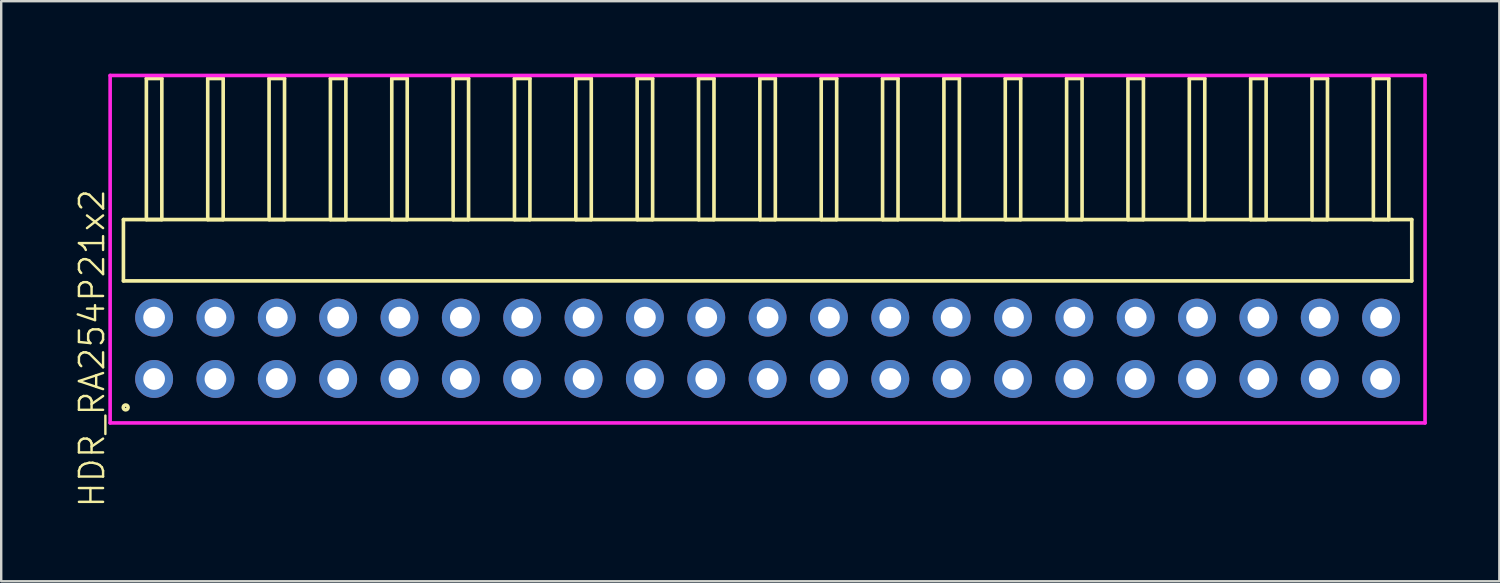
<source format=kicad_pcb>
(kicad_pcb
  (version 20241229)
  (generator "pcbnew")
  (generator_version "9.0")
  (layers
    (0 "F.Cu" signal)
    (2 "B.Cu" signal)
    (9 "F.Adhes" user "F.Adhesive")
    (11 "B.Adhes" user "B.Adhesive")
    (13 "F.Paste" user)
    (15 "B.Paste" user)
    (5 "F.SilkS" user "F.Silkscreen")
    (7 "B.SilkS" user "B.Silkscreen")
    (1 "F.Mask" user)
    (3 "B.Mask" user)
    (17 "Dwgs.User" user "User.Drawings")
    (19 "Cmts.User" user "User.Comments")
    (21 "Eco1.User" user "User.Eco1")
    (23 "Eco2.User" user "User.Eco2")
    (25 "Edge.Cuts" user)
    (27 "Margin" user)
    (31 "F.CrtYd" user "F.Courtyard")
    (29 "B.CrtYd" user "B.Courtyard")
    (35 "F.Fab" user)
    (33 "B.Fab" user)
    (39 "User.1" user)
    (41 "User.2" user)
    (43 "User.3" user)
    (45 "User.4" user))
  (footprint "HDR_RA254P21x2"
    (layer "F.Cu")
    (at 28.73 11.37)
    (property "Reference" "HDR_RA254P21x2" (at -27.97 0 90) (layer "F.SilkS") (effects (font (size 1 1) (thickness 0.1))))
    (attr through_hole)
    (fp_line (start -26.67 -5.33) (end -26.67 -2.79) (stroke (width 0.15) (type solid)) (layer "F.SilkS"))
    (fp_line (start -26.67 -2.79) (end 26.67 -2.79) (stroke (width 0.15) (type solid)) (layer "F.SilkS"))
    (fp_line (start -25.72 -11.17) (end -25.72 -5.33) (stroke (width 0.15) (type solid)) (layer "F.SilkS"))
    (fp_line (start -25.72 -5.33) (end -25.08 -5.33) (stroke (width 0.15) (type solid)) (layer "F.SilkS"))
    (fp_line (start -25.08 -11.17) (end -25.72 -11.17) (stroke (width 0.15) (type solid)) (layer "F.SilkS"))
    (fp_line (start -25.08 -5.33) (end -25.08 -11.17) (stroke (width 0.15) (type solid)) (layer "F.SilkS"))
    (fp_line (start -23.18 -11.17) (end -23.18 -5.33) (stroke (width 0.15) (type solid)) (layer "F.SilkS"))
    (fp_line (start -23.18 -5.33) (end -22.54 -5.33) (stroke (width 0.15) (type solid)) (layer "F.SilkS"))
    (fp_line (start -22.54 -11.17) (end -23.18 -11.17) (stroke (width 0.15) (type solid)) (layer "F.SilkS"))
    (fp_line (start -22.54 -5.33) (end -22.54 -11.17) (stroke (width 0.15) (type solid)) (layer "F.SilkS"))
    (fp_line (start -20.64 -11.17) (end -20.64 -5.33) (stroke (width 0.15) (type solid)) (layer "F.SilkS"))
    (fp_line (start -20.64 -5.33) (end -20 -5.33) (stroke (width 0.15) (type solid)) (layer "F.SilkS"))
    (fp_line (start -20 -11.17) (end -20.64 -11.17) (stroke (width 0.15) (type solid)) (layer "F.SilkS"))
    (fp_line (start -20 -5.33) (end -20 -11.17) (stroke (width 0.15) (type solid)) (layer "F.SilkS"))
    (fp_line (start -18.1 -11.17) (end -18.1 -5.33) (stroke (width 0.15) (type solid)) (layer "F.SilkS"))
    (fp_line (start -18.1 -5.33) (end -17.46 -5.33) (stroke (width 0.15) (type solid)) (layer "F.SilkS"))
    (fp_line (start -17.46 -11.17) (end -18.1 -11.17) (stroke (width 0.15) (type solid)) (layer "F.SilkS"))
    (fp_line (start -17.46 -5.33) (end -17.46 -11.17) (stroke (width 0.15) (type solid)) (layer "F.SilkS"))
    (fp_line (start -15.56 -11.17) (end -15.56 -5.33) (stroke (width 0.15) (type solid)) (layer "F.SilkS"))
    (fp_line (start -15.56 -5.33) (end -14.92 -5.33) (stroke (width 0.15) (type solid)) (layer "F.SilkS"))
    (fp_line (start -14.92 -11.17) (end -15.56 -11.17) (stroke (width 0.15) (type solid)) (layer "F.SilkS"))
    (fp_line (start -14.92 -5.33) (end -14.92 -11.17) (stroke (width 0.15) (type solid)) (layer "F.SilkS"))
    (fp_line (start -13.02 -11.17) (end -13.02 -5.33) (stroke (width 0.15) (type solid)) (layer "F.SilkS"))
    (fp_line (start -13.02 -5.33) (end -12.38 -5.33) (stroke (width 0.15) (type solid)) (layer "F.SilkS"))
    (fp_line (start -12.38 -11.17) (end -13.02 -11.17) (stroke (width 0.15) (type solid)) (layer "F.SilkS"))
    (fp_line (start -12.38 -5.33) (end -12.38 -11.17) (stroke (width 0.15) (type solid)) (layer "F.SilkS"))
    (fp_line (start -10.48 -11.17) (end -10.48 -5.33) (stroke (width 0.15) (type solid)) (layer "F.SilkS"))
    (fp_line (start -10.48 -5.33) (end -9.84 -5.33) (stroke (width 0.15) (type solid)) (layer "F.SilkS"))
    (fp_line (start -9.84 -11.17) (end -10.48 -11.17) (stroke (width 0.15) (type solid)) (layer "F.SilkS"))
    (fp_line (start -9.84 -5.33) (end -9.84 -11.17) (stroke (width 0.15) (type solid)) (layer "F.SilkS"))
    (fp_line (start -7.94 -11.17) (end -7.94 -5.33) (stroke (width 0.15) (type solid)) (layer "F.SilkS"))
    (fp_line (start -7.94 -5.33) (end -7.3 -5.33) (stroke (width 0.15) (type solid)) (layer "F.SilkS"))
    (fp_line (start -7.3 -11.17) (end -7.94 -11.17) (stroke (width 0.15) (type solid)) (layer "F.SilkS"))
    (fp_line (start -7.3 -5.33) (end -7.3 -11.17) (stroke (width 0.15) (type solid)) (layer "F.SilkS"))
    (fp_line (start -5.4 -11.17) (end -5.4 -5.33) (stroke (width 0.15) (type solid)) (layer "F.SilkS"))
    (fp_line (start -5.4 -5.33) (end -4.76 -5.33) (stroke (width 0.15) (type solid)) (layer "F.SilkS"))
    (fp_line (start -4.76 -11.17) (end -5.4 -11.17) (stroke (width 0.15) (type solid)) (layer "F.SilkS"))
    (fp_line (start -4.76 -5.33) (end -4.76 -11.17) (stroke (width 0.15) (type solid)) (layer "F.SilkS"))
    (fp_line (start -2.86 -11.17) (end -2.86 -5.33) (stroke (width 0.15) (type solid)) (layer "F.SilkS"))
    (fp_line (start -2.86 -5.33) (end -2.22 -5.33) (stroke (width 0.15) (type solid)) (layer "F.SilkS"))
    (fp_line (start -2.22 -11.17) (end -2.86 -11.17) (stroke (width 0.15) (type solid)) (layer "F.SilkS"))
    (fp_line (start -2.22 -5.33) (end -2.22 -11.17) (stroke (width 0.15) (type solid)) (layer "F.SilkS"))
    (fp_line (start -0.32 -11.17) (end -0.32 -5.33) (stroke (width 0.15) (type solid)) (layer "F.SilkS"))
    (fp_line (start -0.32 -5.33) (end 0.32 -5.33) (stroke (width 0.15) (type solid)) (layer "F.SilkS"))
    (fp_line (start 0.32 -11.17) (end -0.32 -11.17) (stroke (width 0.15) (type solid)) (layer "F.SilkS"))
    (fp_line (start 0.32 -5.33) (end 0.32 -11.17) (stroke (width 0.15) (type solid)) (layer "F.SilkS"))
    (fp_line (start 2.22 -11.17) (end 2.22 -5.33) (stroke (width 0.15) (type solid)) (layer "F.SilkS"))
    (fp_line (start 2.22 -5.33) (end 2.86 -5.33) (stroke (width 0.15) (type solid)) (layer "F.SilkS"))
    (fp_line (start 2.86 -11.17) (end 2.22 -11.17) (stroke (width 0.15) (type solid)) (layer "F.SilkS"))
    (fp_line (start 2.86 -5.33) (end 2.86 -11.17) (stroke (width 0.15) (type solid)) (layer "F.SilkS"))
    (fp_line (start 4.76 -11.17) (end 4.76 -5.33) (stroke (width 0.15) (type solid)) (layer "F.SilkS"))
    (fp_line (start 4.76 -5.33) (end 5.4 -5.33) (stroke (width 0.15) (type solid)) (layer "F.SilkS"))
    (fp_line (start 5.4 -11.17) (end 4.76 -11.17) (stroke (width 0.15) (type solid)) (layer "F.SilkS"))
    (fp_line (start 5.4 -5.33) (end 5.4 -11.17) (stroke (width 0.15) (type solid)) (layer "F.SilkS"))
    (fp_line (start 7.3 -11.17) (end 7.3 -5.33) (stroke (width 0.15) (type solid)) (layer "F.SilkS"))
    (fp_line (start 7.3 -5.33) (end 7.94 -5.33) (stroke (width 0.15) (type solid)) (layer "F.SilkS"))
    (fp_line (start 7.94 -11.17) (end 7.3 -11.17) (stroke (width 0.15) (type solid)) (layer "F.SilkS"))
    (fp_line (start 7.94 -5.33) (end 7.94 -11.17) (stroke (width 0.15) (type solid)) (layer "F.SilkS"))
    (fp_line (start 9.84 -11.17) (end 9.84 -5.33) (stroke (width 0.15) (type solid)) (layer "F.SilkS"))
    (fp_line (start 9.84 -5.33) (end 10.48 -5.33) (stroke (width 0.15) (type solid)) (layer "F.SilkS"))
    (fp_line (start 10.48 -11.17) (end 9.84 -11.17) (stroke (width 0.15) (type solid)) (layer "F.SilkS"))
    (fp_line (start 10.48 -5.33) (end 10.48 -11.17) (stroke (width 0.15) (type solid)) (layer "F.SilkS"))
    (fp_line (start 12.38 -11.17) (end 12.38 -5.33) (stroke (width 0.15) (type solid)) (layer "F.SilkS"))
    (fp_line (start 12.38 -5.33) (end 13.02 -5.33) (stroke (width 0.15) (type solid)) (layer "F.SilkS"))
    (fp_line (start 13.02 -11.17) (end 12.38 -11.17) (stroke (width 0.15) (type solid)) (layer "F.SilkS"))
    (fp_line (start 13.02 -5.33) (end 13.02 -11.17) (stroke (width 0.15) (type solid)) (layer "F.SilkS"))
    (fp_line (start 14.92 -11.17) (end 14.92 -5.33) (stroke (width 0.15) (type solid)) (layer "F.SilkS"))
    (fp_line (start 14.92 -5.33) (end 15.56 -5.33) (stroke (width 0.15) (type solid)) (layer "F.SilkS"))
    (fp_line (start 15.56 -11.17) (end 14.92 -11.17) (stroke (width 0.15) (type solid)) (layer "F.SilkS"))
    (fp_line (start 15.56 -5.33) (end 15.56 -11.17) (stroke (width 0.15) (type solid)) (layer "F.SilkS"))
    (fp_line (start 17.46 -11.17) (end 17.46 -5.33) (stroke (width 0.15) (type solid)) (layer "F.SilkS"))
    (fp_line (start 17.46 -5.33) (end 18.1 -5.33) (stroke (width 0.15) (type solid)) (layer "F.SilkS"))
    (fp_line (start 18.1 -11.17) (end 17.46 -11.17) (stroke (width 0.15) (type solid)) (layer "F.SilkS"))
    (fp_line (start 18.1 -5.33) (end 18.1 -11.17) (stroke (width 0.15) (type solid)) (layer "F.SilkS"))
    (fp_line (start 20 -11.17) (end 20 -5.33) (stroke (width 0.15) (type solid)) (layer "F.SilkS"))
    (fp_line (start 20 -5.33) (end 20.64 -5.33) (stroke (width 0.15) (type solid)) (layer "F.SilkS"))
    (fp_line (start 20.64 -11.17) (end 20 -11.17) (stroke (width 0.15) (type solid)) (layer "F.SilkS"))
    (fp_line (start 20.64 -5.33) (end 20.64 -11.17) (stroke (width 0.15) (type solid)) (layer "F.SilkS"))
    (fp_line (start 22.54 -11.17) (end 22.54 -5.33) (stroke (width 0.15) (type solid)) (layer "F.SilkS"))
    (fp_line (start 22.54 -5.33) (end 23.18 -5.33) (stroke (width 0.15) (type solid)) (layer "F.SilkS"))
    (fp_line (start 23.18 -11.17) (end 22.54 -11.17) (stroke (width 0.15) (type solid)) (layer "F.SilkS"))
    (fp_line (start 23.18 -5.33) (end 23.18 -11.17) (stroke (width 0.15) (type solid)) (layer "F.SilkS"))
    (fp_line (start 25.08 -11.17) (end 25.08 -5.33) (stroke (width 0.15) (type solid)) (layer "F.SilkS"))
    (fp_line (start 25.08 -5.33) (end 25.72 -5.33) (stroke (width 0.15) (type solid)) (layer "F.SilkS"))
    (fp_line (start 25.72 -11.17) (end 25.08 -11.17) (stroke (width 0.15) (type solid)) (layer "F.SilkS"))
    (fp_line (start 25.72 -5.33) (end 25.72 -11.17) (stroke (width 0.15) (type solid)) (layer "F.SilkS"))
    (fp_line (start 26.67 -5.33) (end -26.67 -5.33) (stroke (width 0.15) (type solid)) (layer "F.SilkS"))
    (fp_line (start 26.67 -2.79) (end 26.67 -5.33) (stroke (width 0.15) (type solid)) (layer "F.SilkS"))
    (fp_circle (center -26.577 2.448) (end -26.477 2.448) (stroke (width 0.15) (type solid)) (fill no) (layer "F.SilkS"))
    (fp_line (start -27.22 -11.295) (end -27.22 3.09) (stroke (width 0.15) (type solid)) (layer "F.CrtYd"))
    (fp_line (start -27.22 3.09) (end 27.22 3.09) (stroke (width 0.15) (type solid)) (layer "F.CrtYd"))
    (fp_line (start 27.22 -11.295) (end -27.22 -11.295) (stroke (width 0.15) (type solid)) (layer "F.CrtYd"))
    (fp_line (start 27.22 3.09) (end 27.22 -11.295) (stroke (width 0.15) (type solid)) (layer "F.CrtYd"))
    (pad "1" thru_hole oval (at -25.4 1.27) (size 1.57 1.57) (drill 0.9) (layers "*.Cu" "*.Mask"))
    (pad "2" thru_hole oval (at -25.4 -1.27) (size 1.57 1.57) (drill 0.9) (layers "*.Cu" "*.Mask"))
    (pad "3" thru_hole oval (at -22.86 1.27) (size 1.57 1.57) (drill 0.9) (layers "*.Cu" "*.Mask"))
    (pad "4" thru_hole oval (at -22.86 -1.27) (size 1.57 1.57) (drill 0.9) (layers "*.Cu" "*.Mask"))
    (pad "5" thru_hole oval (at -20.32 1.27) (size 1.57 1.57) (drill 0.9) (layers "*.Cu" "*.Mask"))
    (pad "6" thru_hole oval (at -20.32 -1.27) (size 1.57 1.57) (drill 0.9) (layers "*.Cu" "*.Mask"))
    (pad "7" thru_hole oval (at -17.78 1.27) (size 1.57 1.57) (drill 0.9) (layers "*.Cu" "*.Mask"))
    (pad "8" thru_hole oval (at -17.78 -1.27) (size 1.57 1.57) (drill 0.9) (layers "*.Cu" "*.Mask"))
    (pad "9" thru_hole oval (at -15.24 1.27) (size 1.57 1.57) (drill 0.9) (layers "*.Cu" "*.Mask"))
    (pad "10" thru_hole oval (at -15.24 -1.27) (size 1.57 1.57) (drill 0.9) (layers "*.Cu" "*.Mask"))
    (pad "11" thru_hole oval (at -12.7 1.27) (size 1.57 1.57) (drill 0.9) (layers "*.Cu" "*.Mask"))
    (pad "12" thru_hole oval (at -12.7 -1.27) (size 1.57 1.57) (drill 0.9) (layers "*.Cu" "*.Mask"))
    (pad "13" thru_hole oval (at -10.16 1.27) (size 1.57 1.57) (drill 0.9) (layers "*.Cu" "*.Mask"))
    (pad "14" thru_hole oval (at -10.16 -1.27) (size 1.57 1.57) (drill 0.9) (layers "*.Cu" "*.Mask"))
    (pad "15" thru_hole oval (at -7.62 1.27) (size 1.57 1.57) (drill 0.9) (layers "*.Cu" "*.Mask"))
    (pad "16" thru_hole oval (at -7.62 -1.27) (size 1.57 1.57) (drill 0.9) (layers "*.Cu" "*.Mask"))
    (pad "17" thru_hole oval (at -5.08 1.27) (size 1.57 1.57) (drill 0.9) (layers "*.Cu" "*.Mask"))
    (pad "18" thru_hole oval (at -5.08 -1.27) (size 1.57 1.57) (drill 0.9) (layers "*.Cu" "*.Mask"))
    (pad "19" thru_hole oval (at -2.54 1.27) (size 1.57 1.57) (drill 0.9) (layers "*.Cu" "*.Mask"))
    (pad "20" thru_hole oval (at -2.54 -1.27) (size 1.57 1.57) (drill 0.9) (layers "*.Cu" "*.Mask"))
    (pad "21" thru_hole oval (at 0 1.27) (size 1.57 1.57) (drill 0.9) (layers "*.Cu" "*.Mask"))
    (pad "22" thru_hole oval (at 0 -1.27) (size 1.57 1.57) (drill 0.9) (layers "*.Cu" "*.Mask"))
    (pad "23" thru_hole oval (at 2.54 1.27) (size 1.57 1.57) (drill 0.9) (layers "*.Cu" "*.Mask"))
    (pad "24" thru_hole oval (at 2.54 -1.27) (size 1.57 1.57) (drill 0.9) (layers "*.Cu" "*.Mask"))
    (pad "25" thru_hole oval (at 5.08 1.27) (size 1.57 1.57) (drill 0.9) (layers "*.Cu" "*.Mask"))
    (pad "26" thru_hole oval (at 5.08 -1.27) (size 1.57 1.57) (drill 0.9) (layers "*.Cu" "*.Mask"))
    (pad "27" thru_hole oval (at 7.62 1.27) (size 1.57 1.57) (drill 0.9) (layers "*.Cu" "*.Mask"))
    (pad "28" thru_hole oval (at 7.62 -1.27) (size 1.57 1.57) (drill 0.9) (layers "*.Cu" "*.Mask"))
    (pad "29" thru_hole oval (at 10.16 1.27) (size 1.57 1.57) (drill 0.9) (layers "*.Cu" "*.Mask"))
    (pad "30" thru_hole oval (at 10.16 -1.27) (size 1.57 1.57) (drill 0.9) (layers "*.Cu" "*.Mask"))
    (pad "31" thru_hole oval (at 12.7 1.27) (size 1.57 1.57) (drill 0.9) (layers "*.Cu" "*.Mask"))
    (pad "32" thru_hole oval (at 12.7 -1.27) (size 1.57 1.57) (drill 0.9) (layers "*.Cu" "*.Mask"))
    (pad "33" thru_hole oval (at 15.24 1.27) (size 1.57 1.57) (drill 0.9) (layers "*.Cu" "*.Mask"))
    (pad "34" thru_hole oval (at 15.24 -1.27) (size 1.57 1.57) (drill 0.9) (layers "*.Cu" "*.Mask"))
    (pad "35" thru_hole oval (at 17.78 1.27) (size 1.57 1.57) (drill 0.9) (layers "*.Cu" "*.Mask"))
    (pad "36" thru_hole oval (at 17.78 -1.27) (size 1.57 1.57) (drill 0.9) (layers "*.Cu" "*.Mask"))
    (pad "37" thru_hole oval (at 20.32 1.27) (size 1.57 1.57) (drill 0.9) (layers "*.Cu" "*.Mask"))
    (pad "38" thru_hole oval (at 20.32 -1.27) (size 1.57 1.57) (drill 0.9) (layers "*.Cu" "*.Mask"))
    (pad "39" thru_hole oval (at 22.86 1.27) (size 1.57 1.57) (drill 0.9) (layers "*.Cu" "*.Mask"))
    (pad "40" thru_hole oval (at 22.86 -1.27) (size 1.57 1.57) (drill 0.9) (layers "*.Cu" "*.Mask"))
    (pad "41" thru_hole oval (at 25.4 1.27) (size 1.57 1.57) (drill 0.9) (layers "*.Cu" "*.Mask"))
    (pad "42" thru_hole oval (at 25.4 -1.27) (size 1.57 1.57) (drill 0.9) (layers "*.Cu" "*.Mask")))
  (gr_rect
    (start -3 -3)
    (end 59.026 21.015)
    (stroke (width 0.1) (type default))
    (fill no)
    (layer "Edge.Cuts")))
</source>
